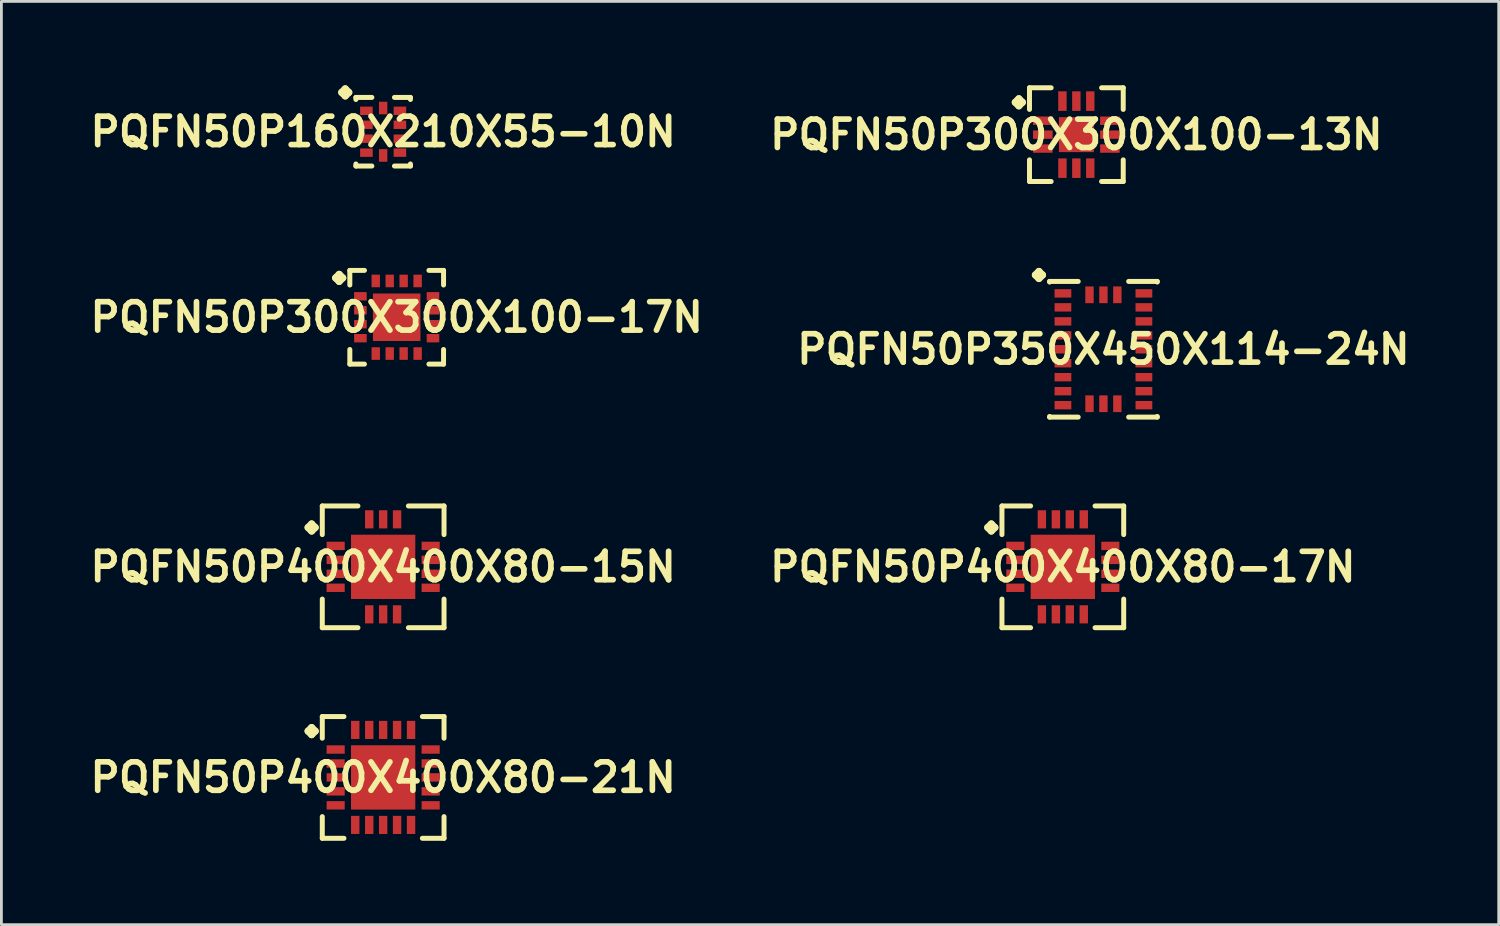
<source format=kicad_pcb>
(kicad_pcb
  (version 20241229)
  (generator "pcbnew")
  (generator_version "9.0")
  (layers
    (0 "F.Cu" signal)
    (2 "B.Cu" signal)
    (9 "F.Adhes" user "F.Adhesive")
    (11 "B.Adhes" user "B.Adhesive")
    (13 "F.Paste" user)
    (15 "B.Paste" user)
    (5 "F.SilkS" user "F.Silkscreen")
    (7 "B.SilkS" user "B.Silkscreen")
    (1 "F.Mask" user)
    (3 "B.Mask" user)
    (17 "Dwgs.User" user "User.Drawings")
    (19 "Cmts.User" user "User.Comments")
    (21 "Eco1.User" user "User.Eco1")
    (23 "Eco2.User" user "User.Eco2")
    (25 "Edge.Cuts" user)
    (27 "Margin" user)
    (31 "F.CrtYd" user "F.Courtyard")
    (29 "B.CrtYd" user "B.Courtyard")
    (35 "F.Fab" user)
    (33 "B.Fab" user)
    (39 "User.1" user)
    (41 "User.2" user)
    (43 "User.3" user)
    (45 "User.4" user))
  (footprint "PQFN50P350X450X114-24N"
    (layer "F.Cu")
    (at 36.412 9.441)
    (property "Reference" "PQFN50P350X450X114-24N" (at 0 0 0) (layer "F.SilkS") (effects (font (size 1.016 1.016) (thickness 0.203))))
    (attr smd)
    (fp_line (start -2.433 -2.657) (end -2.306 -2.784) (stroke (width 0.254) (type solid)) (layer "F.SilkS"))
    (fp_line (start -2.306 -2.784) (end -2.179 -2.657) (stroke (width 0.254) (type solid)) (layer "F.SilkS"))
    (fp_line (start -2.306 -2.53) (end -2.433 -2.657) (stroke (width 0.254) (type solid)) (layer "F.SilkS"))
    (fp_line (start -2.179 -2.657) (end -2.306 -2.53) (stroke (width 0.254) (type solid)) (layer "F.SilkS"))
    (fp_line (start -1.925 -2.426) (end -0.902 -2.426) (stroke (width 0.178) (type solid)) (layer "F.SilkS"))
    (fp_line (start -1.925 -2.403) (end -1.925 -2.426) (stroke (width 0.178) (type solid)) (layer "F.SilkS"))
    (fp_line (start -1.925 2.403) (end -1.925 2.426) (stroke (width 0.178) (type solid)) (layer "F.SilkS"))
    (fp_line (start -1.925 2.426) (end -0.902 2.426) (stroke (width 0.178) (type solid)) (layer "F.SilkS"))
    (fp_line (start 0.902 -2.426) (end 1.925 -2.426) (stroke (width 0.178) (type solid)) (layer "F.SilkS"))
    (fp_line (start 0.902 2.426) (end 1.925 2.426) (stroke (width 0.178) (type solid)) (layer "F.SilkS"))
    (fp_line (start 1.925 -2.426) (end 1.925 -2.403) (stroke (width 0.178) (type solid)) (layer "F.SilkS"))
    (fp_line (start 1.925 2.426) (end 1.925 2.403) (stroke (width 0.178) (type solid)) (layer "F.SilkS"))
    (pad "1" smd rect (at -1.448 -1.999) (size 0.599 0.3) (layers "F.Cu" "F.Mask" "F.Paste"))
    (pad "2" smd rect (at -1.448 -1.499) (size 0.599 0.3) (layers "F.Cu" "F.Mask" "F.Paste"))
    (pad "3" smd rect (at -1.448 -0.998) (size 0.599 0.3) (layers "F.Cu" "F.Mask" "F.Paste"))
    (pad "4" smd rect (at -1.448 -0.498) (size 0.599 0.3) (layers "F.Cu" "F.Mask" "F.Paste"))
    (pad "5" smd rect (at -1.448 0) (size 0.599 0.3) (layers "F.Cu" "F.Mask" "F.Paste"))
    (pad "6" smd rect (at -1.448 0.498) (size 0.599 0.3) (layers "F.Cu" "F.Mask" "F.Paste"))
    (pad "7" smd rect (at -1.448 0.998) (size 0.599 0.3) (layers "F.Cu" "F.Mask" "F.Paste"))
    (pad "8" smd rect (at -1.448 1.499) (size 0.599 0.3) (layers "F.Cu" "F.Mask" "F.Paste"))
    (pad "9" smd rect (at -1.448 1.999) (size 0.599 0.3) (layers "F.Cu" "F.Mask" "F.Paste"))
    (pad "10" smd rect (at -0.498 1.948) (size 0.3 0.599) (layers "F.Cu" "F.Mask" "F.Paste"))
    (pad "11" smd rect (at 0 1.948) (size 0.3 0.599) (layers "F.Cu" "F.Mask" "F.Paste"))
    (pad "12" smd rect (at 0.498 1.948) (size 0.3 0.599) (layers "F.Cu" "F.Mask" "F.Paste"))
    (pad "13" smd rect (at 1.448 1.999) (size 0.599 0.3) (layers "F.Cu" "F.Mask" "F.Paste"))
    (pad "14" smd rect (at 1.448 1.499) (size 0.599 0.3) (layers "F.Cu" "F.Mask" "F.Paste"))
    (pad "15" smd rect (at 1.448 0.998) (size 0.599 0.3) (layers "F.Cu" "F.Mask" "F.Paste"))
    (pad "16" smd rect (at 1.448 0.498) (size 0.599 0.3) (layers "F.Cu" "F.Mask" "F.Paste"))
    (pad "17" smd rect (at 1.448 0) (size 0.599 0.3) (layers "F.Cu" "F.Mask" "F.Paste"))
    (pad "18" smd rect (at 1.448 -0.498) (size 0.599 0.3) (layers "F.Cu" "F.Mask" "F.Paste"))
    (pad "19" smd rect (at 1.448 -0.998) (size 0.599 0.3) (layers "F.Cu" "F.Mask" "F.Paste"))
    (pad "20" smd rect (at 1.448 -1.499) (size 0.599 0.3) (layers "F.Cu" "F.Mask" "F.Paste"))
    (pad "21" smd rect (at 1.448 -1.999) (size 0.599 0.3) (layers "F.Cu" "F.Mask" "F.Paste"))
    (pad "22" smd rect (at 0.498 -1.948) (size 0.3 0.599) (layers "F.Cu" "F.Mask" "F.Paste"))
    (pad "23" smd rect (at 0 -1.948) (size 0.3 0.599) (layers "F.Cu" "F.Mask" "F.Paste"))
    (pad "24" smd rect (at -0.498 -1.948) (size 0.3 0.599) (layers "F.Cu" "F.Mask" "F.Paste")))
  (footprint "PQFN50P400X400X80-21N"
    (layer "F.Cu")
    (at 10.653 24.753)
    (property "Reference" "PQFN50P400X400X80-21N" (at 0 0 0) (layer "F.SilkS") (effects (font (size 1.016 1.016) (thickness 0.203))))
    (attr smd)
    (fp_line (start -2.685 -1.656) (end -2.558 -1.783) (stroke (width 0.254) (type solid)) (layer "F.SilkS"))
    (fp_line (start -2.558 -1.783) (end -2.431 -1.656) (stroke (width 0.254) (type solid)) (layer "F.SilkS"))
    (fp_line (start -2.558 -1.529) (end -2.685 -1.656) (stroke (width 0.254) (type solid)) (layer "F.SilkS"))
    (fp_line (start -2.431 -1.656) (end -2.558 -1.529) (stroke (width 0.254) (type solid)) (layer "F.SilkS"))
    (fp_line (start -2.177 -2.177) (end -1.402 -2.177) (stroke (width 0.178) (type solid)) (layer "F.SilkS"))
    (fp_line (start -2.177 -1.402) (end -2.177 -2.177) (stroke (width 0.178) (type solid)) (layer "F.SilkS"))
    (fp_line (start -2.177 1.402) (end -2.177 2.177) (stroke (width 0.178) (type solid)) (layer "F.SilkS"))
    (fp_line (start -2.177 2.177) (end -1.402 2.177) (stroke (width 0.178) (type solid)) (layer "F.SilkS"))
    (fp_line (start 1.402 -2.177) (end 2.177 -2.177) (stroke (width 0.178) (type solid)) (layer "F.SilkS"))
    (fp_line (start 1.402 2.177) (end 2.177 2.177) (stroke (width 0.178) (type solid)) (layer "F.SilkS"))
    (fp_line (start 2.177 -2.177) (end 2.177 -1.402) (stroke (width 0.178) (type solid)) (layer "F.SilkS"))
    (fp_line (start 2.177 2.177) (end 2.177 1.402) (stroke (width 0.178) (type solid)) (layer "F.SilkS"))
    (pad "1" smd rect (at -1.699 -0.998) (size 0.648 0.3) (layers "F.Cu" "F.Mask" "F.Paste"))
    (pad "2" smd rect (at -1.699 -0.498) (size 0.648 0.3) (layers "F.Cu" "F.Mask" "F.Paste"))
    (pad "3" smd rect (at -1.699 0) (size 0.648 0.3) (layers "F.Cu" "F.Mask" "F.Paste"))
    (pad "4" smd rect (at -1.699 0.498) (size 0.648 0.3) (layers "F.Cu" "F.Mask" "F.Paste"))
    (pad "5" smd rect (at -1.699 0.998) (size 0.648 0.3) (layers "F.Cu" "F.Mask" "F.Paste"))
    (pad "6" smd rect (at -0.998 1.699) (size 0.3 0.648) (layers "F.Cu" "F.Mask" "F.Paste"))
    (pad "7" smd rect (at -0.498 1.699) (size 0.3 0.648) (layers "F.Cu" "F.Mask" "F.Paste"))
    (pad "8" smd rect (at 0 1.699) (size 0.3 0.648) (layers "F.Cu" "F.Mask" "F.Paste"))
    (pad "9" smd rect (at 0.498 1.699) (size 0.3 0.648) (layers "F.Cu" "F.Mask" "F.Paste"))
    (pad "10" smd rect (at 0.998 1.699) (size 0.3 0.648) (layers "F.Cu" "F.Mask" "F.Paste"))
    (pad "11" smd rect (at 1.699 0.998) (size 0.648 0.3) (layers "F.Cu" "F.Mask" "F.Paste"))
    (pad "12" smd rect (at 1.699 0.498) (size 0.648 0.3) (layers "F.Cu" "F.Mask" "F.Paste"))
    (pad "13" smd rect (at 1.699 0) (size 0.648 0.3) (layers "F.Cu" "F.Mask" "F.Paste"))
    (pad "14" smd rect (at 1.699 -0.498) (size 0.648 0.3) (layers "F.Cu" "F.Mask" "F.Paste"))
    (pad "15" smd rect (at 1.699 -0.998) (size 0.648 0.3) (layers "F.Cu" "F.Mask" "F.Paste"))
    (pad "16" smd rect (at 0.998 -1.699) (size 0.3 0.648) (layers "F.Cu" "F.Mask" "F.Paste"))
    (pad "17" smd rect (at 0.498 -1.699) (size 0.3 0.648) (layers "F.Cu" "F.Mask" "F.Paste"))
    (pad "18" smd rect (at 0 -1.699) (size 0.3 0.648) (layers "F.Cu" "F.Mask" "F.Paste"))
    (pad "19" smd rect (at -0.498 -1.699) (size 0.3 0.648) (layers "F.Cu" "F.Mask" "F.Paste"))
    (pad "20" smd rect (at -0.998 -1.699) (size 0.3 0.648) (layers "F.Cu" "F.Mask" "F.Paste"))
    (pad "21" smd rect (at 0 0) (size 2.299 2.299) (layers "F.Cu" "F.Mask" "F.Paste")))
  (footprint "PQFN50P400X400X80-15N"
    (layer "F.Cu")
    (at 10.653 17.222)
    (property "Reference" "PQFN50P400X400X80-15N" (at 0 0 0) (layer "F.SilkS") (effects (font (size 1.016 1.016) (thickness 0.203))))
    (attr smd)
    (fp_line (start -2.685 -1.407) (end -2.558 -1.534) (stroke (width 0.254) (type solid)) (layer "F.SilkS"))
    (fp_line (start -2.558 -1.534) (end -2.431 -1.407) (stroke (width 0.254) (type solid)) (layer "F.SilkS"))
    (fp_line (start -2.558 -1.28) (end -2.685 -1.407) (stroke (width 0.254) (type solid)) (layer "F.SilkS"))
    (fp_line (start -2.431 -1.407) (end -2.558 -1.28) (stroke (width 0.254) (type solid)) (layer "F.SilkS"))
    (fp_line (start -2.177 -2.177) (end -0.902 -2.177) (stroke (width 0.178) (type solid)) (layer "F.SilkS"))
    (fp_line (start -2.177 -1.153) (end -2.177 -2.177) (stroke (width 0.178) (type solid)) (layer "F.SilkS"))
    (fp_line (start -2.177 1.153) (end -2.177 2.177) (stroke (width 0.178) (type solid)) (layer "F.SilkS"))
    (fp_line (start -2.177 2.177) (end -0.902 2.177) (stroke (width 0.178) (type solid)) (layer "F.SilkS"))
    (fp_line (start 0.902 -2.177) (end 2.177 -2.177) (stroke (width 0.178) (type solid)) (layer "F.SilkS"))
    (fp_line (start 0.902 2.177) (end 2.177 2.177) (stroke (width 0.178) (type solid)) (layer "F.SilkS"))
    (fp_line (start 2.177 -2.177) (end 2.177 -1.153) (stroke (width 0.178) (type solid)) (layer "F.SilkS"))
    (fp_line (start 2.177 2.177) (end 2.177 1.153) (stroke (width 0.178) (type solid)) (layer "F.SilkS"))
    (pad "1" smd rect (at -1.699 -0.749) (size 0.648 0.3) (layers "F.Cu" "F.Mask" "F.Paste"))
    (pad "2" smd rect (at -1.699 -0.249) (size 0.648 0.3) (layers "F.Cu" "F.Mask" "F.Paste"))
    (pad "3" smd rect (at -1.699 0.249) (size 0.648 0.3) (layers "F.Cu" "F.Mask" "F.Paste"))
    (pad "4" smd rect (at -1.699 0.749) (size 0.648 0.3) (layers "F.Cu" "F.Mask" "F.Paste"))
    (pad "5" smd rect (at -0.498 1.699) (size 0.3 0.648) (layers "F.Cu" "F.Mask" "F.Paste"))
    (pad "6" smd rect (at 0 1.699) (size 0.3 0.648) (layers "F.Cu" "F.Mask" "F.Paste"))
    (pad "7" smd rect (at 0.498 1.699) (size 0.3 0.648) (layers "F.Cu" "F.Mask" "F.Paste"))
    (pad "8" smd rect (at 1.699 0.749) (size 0.648 0.3) (layers "F.Cu" "F.Mask" "F.Paste"))
    (pad "9" smd rect (at 1.699 0.249) (size 0.648 0.3) (layers "F.Cu" "F.Mask" "F.Paste"))
    (pad "10" smd rect (at 1.699 -0.249) (size 0.648 0.3) (layers "F.Cu" "F.Mask" "F.Paste"))
    (pad "11" smd rect (at 1.699 -0.749) (size 0.648 0.3) (layers "F.Cu" "F.Mask" "F.Paste"))
    (pad "12" smd rect (at 0.498 -1.699) (size 0.3 0.648) (layers "F.Cu" "F.Mask" "F.Paste"))
    (pad "13" smd rect (at 0 -1.699) (size 0.3 0.648) (layers "F.Cu" "F.Mask" "F.Paste"))
    (pad "14" smd rect (at -0.498 -1.699) (size 0.3 0.648) (layers "F.Cu" "F.Mask" "F.Paste"))
    (pad "15" smd rect (at 0 0) (size 2.299 2.299) (layers "F.Cu" "F.Mask" "F.Paste")))
  (footprint "PQFN50P300X300X100-17N"
    (layer "F.Cu")
    (at 11.137 8.296)
    (property "Reference" "PQFN50P300X300X100-17N" (at 0 0 0) (layer "F.SilkS") (effects (font (size 1.016 1.016) (thickness 0.203))))
    (attr smd)
    (fp_line (start -2.184 -1.407) (end -2.057 -1.534) (stroke (width 0.254) (type solid)) (layer "F.SilkS"))
    (fp_line (start -2.057 -1.534) (end -1.93 -1.407) (stroke (width 0.254) (type solid)) (layer "F.SilkS"))
    (fp_line (start -2.057 -1.28) (end -2.184 -1.407) (stroke (width 0.254) (type solid)) (layer "F.SilkS"))
    (fp_line (start -1.93 -1.407) (end -2.057 -1.28) (stroke (width 0.254) (type solid)) (layer "F.SilkS"))
    (fp_line (start -1.676 -1.676) (end -1.153 -1.676) (stroke (width 0.178) (type solid)) (layer "F.SilkS"))
    (fp_line (start -1.676 -1.153) (end -1.676 -1.676) (stroke (width 0.178) (type solid)) (layer "F.SilkS"))
    (fp_line (start -1.676 1.153) (end -1.676 1.676) (stroke (width 0.178) (type solid)) (layer "F.SilkS"))
    (fp_line (start -1.676 1.676) (end -1.153 1.676) (stroke (width 0.178) (type solid)) (layer "F.SilkS"))
    (fp_line (start 1.153 -1.676) (end 1.676 -1.676) (stroke (width 0.178) (type solid)) (layer "F.SilkS"))
    (fp_line (start 1.153 1.676) (end 1.676 1.676) (stroke (width 0.178) (type solid)) (layer "F.SilkS"))
    (fp_line (start 1.676 -1.676) (end 1.676 -1.153) (stroke (width 0.178) (type solid)) (layer "F.SilkS"))
    (fp_line (start 1.676 1.676) (end 1.676 1.153) (stroke (width 0.178) (type solid)) (layer "F.SilkS"))
    (pad "1" smd rect (at -1.298 -0.749) (size 0.45 0.3) (layers "F.Cu" "F.Mask" "F.Paste"))
    (pad "2" smd rect (at -1.298 -0.249) (size 0.45 0.3) (layers "F.Cu" "F.Mask" "F.Paste"))
    (pad "3" smd rect (at -1.298 0.249) (size 0.45 0.3) (layers "F.Cu" "F.Mask" "F.Paste"))
    (pad "4" smd rect (at -1.298 0.749) (size 0.45 0.3) (layers "F.Cu" "F.Mask" "F.Paste"))
    (pad "5" smd rect (at -0.749 1.298) (size 0.3 0.45) (layers "F.Cu" "F.Mask" "F.Paste"))
    (pad "6" smd rect (at -0.249 1.298) (size 0.3 0.45) (layers "F.Cu" "F.Mask" "F.Paste"))
    (pad "7" smd rect (at 0.249 1.298) (size 0.3 0.45) (layers "F.Cu" "F.Mask" "F.Paste"))
    (pad "8" smd rect (at 0.749 1.298) (size 0.3 0.45) (layers "F.Cu" "F.Mask" "F.Paste"))
    (pad "9" smd rect (at 1.298 0.749) (size 0.45 0.3) (layers "F.Cu" "F.Mask" "F.Paste"))
    (pad "10" smd rect (at 1.298 0.249) (size 0.45 0.3) (layers "F.Cu" "F.Mask" "F.Paste"))
    (pad "11" smd rect (at 1.298 -0.249) (size 0.45 0.3) (layers "F.Cu" "F.Mask" "F.Paste"))
    (pad "12" smd rect (at 1.298 -0.749) (size 0.45 0.3) (layers "F.Cu" "F.Mask" "F.Paste"))
    (pad "13" smd rect (at 0.749 -1.298) (size 0.3 0.45) (layers "F.Cu" "F.Mask" "F.Paste"))
    (pad "14" smd rect (at 0.249 -1.298) (size 0.3 0.45) (layers "F.Cu" "F.Mask" "F.Paste"))
    (pad "15" smd rect (at -0.249 -1.298) (size 0.3 0.45) (layers "F.Cu" "F.Mask" "F.Paste"))
    (pad "16" smd rect (at -0.749 -1.298) (size 0.3 0.45) (layers "F.Cu" "F.Mask" "F.Paste"))
    (pad "17" smd rect (at 0 0) (size 1.699 1.699) (layers "F.Cu" "F.Mask" "F.Paste")))
  (footprint "PQFN50P400X400X80-17N"
    (layer "F.Cu")
    (at 34.96 17.222)
    (property "Reference" "PQFN50P400X400X80-17N" (at 0 0 0) (layer "F.SilkS") (effects (font (size 1.016 1.016) (thickness 0.203))))
    (attr smd)
    (fp_line (start -2.685 -1.407) (end -2.558 -1.534) (stroke (width 0.254) (type solid)) (layer "F.SilkS"))
    (fp_line (start -2.558 -1.534) (end -2.431 -1.407) (stroke (width 0.254) (type solid)) (layer "F.SilkS"))
    (fp_line (start -2.558 -1.28) (end -2.685 -1.407) (stroke (width 0.254) (type solid)) (layer "F.SilkS"))
    (fp_line (start -2.431 -1.407) (end -2.558 -1.28) (stroke (width 0.254) (type solid)) (layer "F.SilkS"))
    (fp_line (start -2.177 -2.177) (end -1.153 -2.177) (stroke (width 0.178) (type solid)) (layer "F.SilkS"))
    (fp_line (start -2.177 -1.153) (end -2.177 -2.177) (stroke (width 0.178) (type solid)) (layer "F.SilkS"))
    (fp_line (start -2.177 1.153) (end -2.177 2.177) (stroke (width 0.178) (type solid)) (layer "F.SilkS"))
    (fp_line (start -2.177 2.177) (end -1.153 2.177) (stroke (width 0.178) (type solid)) (layer "F.SilkS"))
    (fp_line (start 1.153 -2.177) (end 2.177 -2.177) (stroke (width 0.178) (type solid)) (layer "F.SilkS"))
    (fp_line (start 1.153 2.177) (end 2.177 2.177) (stroke (width 0.178) (type solid)) (layer "F.SilkS"))
    (fp_line (start 2.177 -2.177) (end 2.177 -1.153) (stroke (width 0.178) (type solid)) (layer "F.SilkS"))
    (fp_line (start 2.177 2.177) (end 2.177 1.153) (stroke (width 0.178) (type solid)) (layer "F.SilkS"))
    (pad "1" smd rect (at -1.699 -0.749) (size 0.648 0.3) (layers "F.Cu" "F.Mask" "F.Paste"))
    (pad "2" smd rect (at -1.699 -0.249) (size 0.648 0.3) (layers "F.Cu" "F.Mask" "F.Paste"))
    (pad "3" smd rect (at -1.699 0.249) (size 0.648 0.3) (layers "F.Cu" "F.Mask" "F.Paste"))
    (pad "4" smd rect (at -1.699 0.749) (size 0.648 0.3) (layers "F.Cu" "F.Mask" "F.Paste"))
    (pad "5" smd rect (at -0.749 1.699) (size 0.3 0.648) (layers "F.Cu" "F.Mask" "F.Paste"))
    (pad "6" smd rect (at -0.249 1.699) (size 0.3 0.648) (layers "F.Cu" "F.Mask" "F.Paste"))
    (pad "7" smd rect (at 0.249 1.699) (size 0.3 0.648) (layers "F.Cu" "F.Mask" "F.Paste"))
    (pad "8" smd rect (at 0.749 1.699) (size 0.3 0.648) (layers "F.Cu" "F.Mask" "F.Paste"))
    (pad "9" smd rect (at 1.699 0.749) (size 0.648 0.3) (layers "F.Cu" "F.Mask" "F.Paste"))
    (pad "10" smd rect (at 1.699 0.249) (size 0.648 0.3) (layers "F.Cu" "F.Mask" "F.Paste"))
    (pad "11" smd rect (at 1.699 -0.249) (size 0.648 0.3) (layers "F.Cu" "F.Mask" "F.Paste"))
    (pad "12" smd rect (at 1.699 -0.749) (size 0.648 0.3) (layers "F.Cu" "F.Mask" "F.Paste"))
    (pad "13" smd rect (at 0.749 -1.699) (size 0.3 0.648) (layers "F.Cu" "F.Mask" "F.Paste"))
    (pad "14" smd rect (at 0.249 -1.699) (size 0.3 0.648) (layers "F.Cu" "F.Mask" "F.Paste"))
    (pad "15" smd rect (at -0.249 -1.699) (size 0.3 0.648) (layers "F.Cu" "F.Mask" "F.Paste"))
    (pad "16" smd rect (at -0.749 -1.699) (size 0.3 0.648) (layers "F.Cu" "F.Mask" "F.Paste"))
    (pad "17" smd rect (at 0 0) (size 2.299 2.299) (layers "F.Cu" "F.Mask" "F.Paste")))
  (footprint "PQFN50P300X300X100-13N"
    (layer "F.Cu")
    (at 35.444 1.765)
    (property "Reference" "PQFN50P300X300X100-13N" (at 0 0 0) (layer "F.SilkS") (effects (font (size 1.016 1.016) (thickness 0.203))))
    (attr smd)
    (fp_line (start -2.184 -1.156) (end -2.057 -1.283) (stroke (width 0.254) (type solid)) (layer "F.SilkS"))
    (fp_line (start -2.057 -1.283) (end -1.93 -1.156) (stroke (width 0.254) (type solid)) (layer "F.SilkS"))
    (fp_line (start -2.057 -1.029) (end -2.184 -1.156) (stroke (width 0.254) (type solid)) (layer "F.SilkS"))
    (fp_line (start -1.93 -1.156) (end -2.057 -1.029) (stroke (width 0.254) (type solid)) (layer "F.SilkS"))
    (fp_line (start -1.676 -1.676) (end -0.902 -1.676) (stroke (width 0.178) (type solid)) (layer "F.SilkS"))
    (fp_line (start -1.676 -0.902) (end -1.676 -1.676) (stroke (width 0.178) (type solid)) (layer "F.SilkS"))
    (fp_line (start -1.676 0.902) (end -1.676 1.676) (stroke (width 0.178) (type solid)) (layer "F.SilkS"))
    (fp_line (start -1.676 1.676) (end -0.902 1.676) (stroke (width 0.178) (type solid)) (layer "F.SilkS"))
    (fp_line (start 0.902 -1.676) (end 1.676 -1.676) (stroke (width 0.178) (type solid)) (layer "F.SilkS"))
    (fp_line (start 0.902 1.676) (end 1.676 1.676) (stroke (width 0.178) (type solid)) (layer "F.SilkS"))
    (fp_line (start 1.676 -1.676) (end 1.676 -0.902) (stroke (width 0.178) (type solid)) (layer "F.SilkS"))
    (fp_line (start 1.676 1.676) (end 1.676 0.902) (stroke (width 0.178) (type solid)) (layer "F.SilkS"))
    (pad "1" smd rect (at -1.199 -0.498) (size 0.699 0.3) (layers "F.Cu" "F.Mask" "F.Paste"))
    (pad "2" smd rect (at -1.199 0) (size 0.699 0.3) (layers "F.Cu" "F.Mask" "F.Paste"))
    (pad "3" smd rect (at -1.199 0.498) (size 0.699 0.3) (layers "F.Cu" "F.Mask" "F.Paste"))
    (pad "4" smd rect (at -0.498 1.199) (size 0.3 0.699) (layers "F.Cu" "F.Mask" "F.Paste"))
    (pad "5" smd rect (at 0 1.199) (size 0.3 0.699) (layers "F.Cu" "F.Mask" "F.Paste"))
    (pad "6" smd rect (at 0.498 1.199) (size 0.3 0.699) (layers "F.Cu" "F.Mask" "F.Paste"))
    (pad "7" smd rect (at 1.199 0.498) (size 0.699 0.3) (layers "F.Cu" "F.Mask" "F.Paste"))
    (pad "8" smd rect (at 1.199 0) (size 0.699 0.3) (layers "F.Cu" "F.Mask" "F.Paste"))
    (pad "9" smd rect (at 1.199 -0.498) (size 0.699 0.3) (layers "F.Cu" "F.Mask" "F.Paste"))
    (pad "10" smd rect (at 0.498 -1.199) (size 0.3 0.699) (layers "F.Cu" "F.Mask" "F.Paste"))
    (pad "11" smd rect (at 0 -1.199) (size 0.3 0.699) (layers "F.Cu" "F.Mask" "F.Paste"))
    (pad "12" smd rect (at -0.498 -1.199) (size 0.3 0.699) (layers "F.Cu" "F.Mask" "F.Paste"))
    (pad "13" smd rect (at 0 0) (size 1.25 1.25) (layers "F.Cu" "F.Mask" "F.Paste")))
  (footprint "PQFN50P160X210X55-10N"
    (layer "F.Cu")
    (at 10.653 1.661)
    (property "Reference" "PQFN50P160X210X55-10N" (at 0 0 0) (layer "F.SilkS") (effects (font (size 1.016 1.016) (thickness 0.203))))
    (attr smd)
    (fp_line (start -1.483 -1.407) (end -1.356 -1.534) (stroke (width 0.254) (type solid)) (layer "F.SilkS"))
    (fp_line (start -1.356 -1.534) (end -1.229 -1.407) (stroke (width 0.254) (type solid)) (layer "F.SilkS"))
    (fp_line (start -1.356 -1.28) (end -1.483 -1.407) (stroke (width 0.254) (type solid)) (layer "F.SilkS"))
    (fp_line (start -1.229 -1.407) (end -1.356 -1.28) (stroke (width 0.254) (type solid)) (layer "F.SilkS"))
    (fp_line (start -0.975 -1.227) (end -0.404 -1.227) (stroke (width 0.178) (type solid)) (layer "F.SilkS"))
    (fp_line (start -0.975 -1.153) (end -0.975 -1.227) (stroke (width 0.178) (type solid)) (layer "F.SilkS"))
    (fp_line (start -0.975 1.153) (end -0.975 1.227) (stroke (width 0.178) (type solid)) (layer "F.SilkS"))
    (fp_line (start -0.975 1.227) (end -0.404 1.227) (stroke (width 0.178) (type solid)) (layer "F.SilkS"))
    (fp_line (start 0.404 -1.227) (end 0.975 -1.227) (stroke (width 0.178) (type solid)) (layer "F.SilkS"))
    (fp_line (start 0.404 1.227) (end 0.975 1.227) (stroke (width 0.178) (type solid)) (layer "F.SilkS"))
    (fp_line (start 0.975 -1.227) (end 0.975 -1.153) (stroke (width 0.178) (type solid)) (layer "F.SilkS"))
    (fp_line (start 0.975 1.227) (end 0.975 1.153) (stroke (width 0.178) (type solid)) (layer "F.SilkS"))
    (pad "1" smd rect (at -0.599 -0.749) (size 0.45 0.3) (layers "F.Cu" "F.Mask" "F.Paste"))
    (pad "2" smd rect (at -0.599 -0.249) (size 0.45 0.3) (layers "F.Cu" "F.Mask" "F.Paste"))
    (pad "3" smd rect (at -0.599 0.249) (size 0.45 0.3) (layers "F.Cu" "F.Mask" "F.Paste"))
    (pad "4" smd rect (at -0.599 0.749) (size 0.45 0.3) (layers "F.Cu" "F.Mask" "F.Paste"))
    (pad "5" smd rect (at 0 0.848) (size 0.3 0.45) (layers "F.Cu" "F.Mask" "F.Paste"))
    (pad "6" smd rect (at 0.599 0.749) (size 0.45 0.3) (layers "F.Cu" "F.Mask" "F.Paste"))
    (pad "7" smd rect (at 0.599 0.249) (size 0.45 0.3) (layers "F.Cu" "F.Mask" "F.Paste"))
    (pad "8" smd rect (at 0.599 -0.249) (size 0.45 0.3) (layers "F.Cu" "F.Mask" "F.Paste"))
    (pad "9" smd rect (at 0.599 -0.749) (size 0.45 0.3) (layers "F.Cu" "F.Mask" "F.Paste"))
    (pad "10" smd rect (at 0 -0.848) (size 0.3 0.45) (layers "F.Cu" "F.Mask" "F.Paste")))
  (gr_rect
    (start -3 -3)
    (end 50.549 30.019)
    (stroke (width 0.1) (type default))
    (fill no)
    (layer "Edge.Cuts")))
</source>
